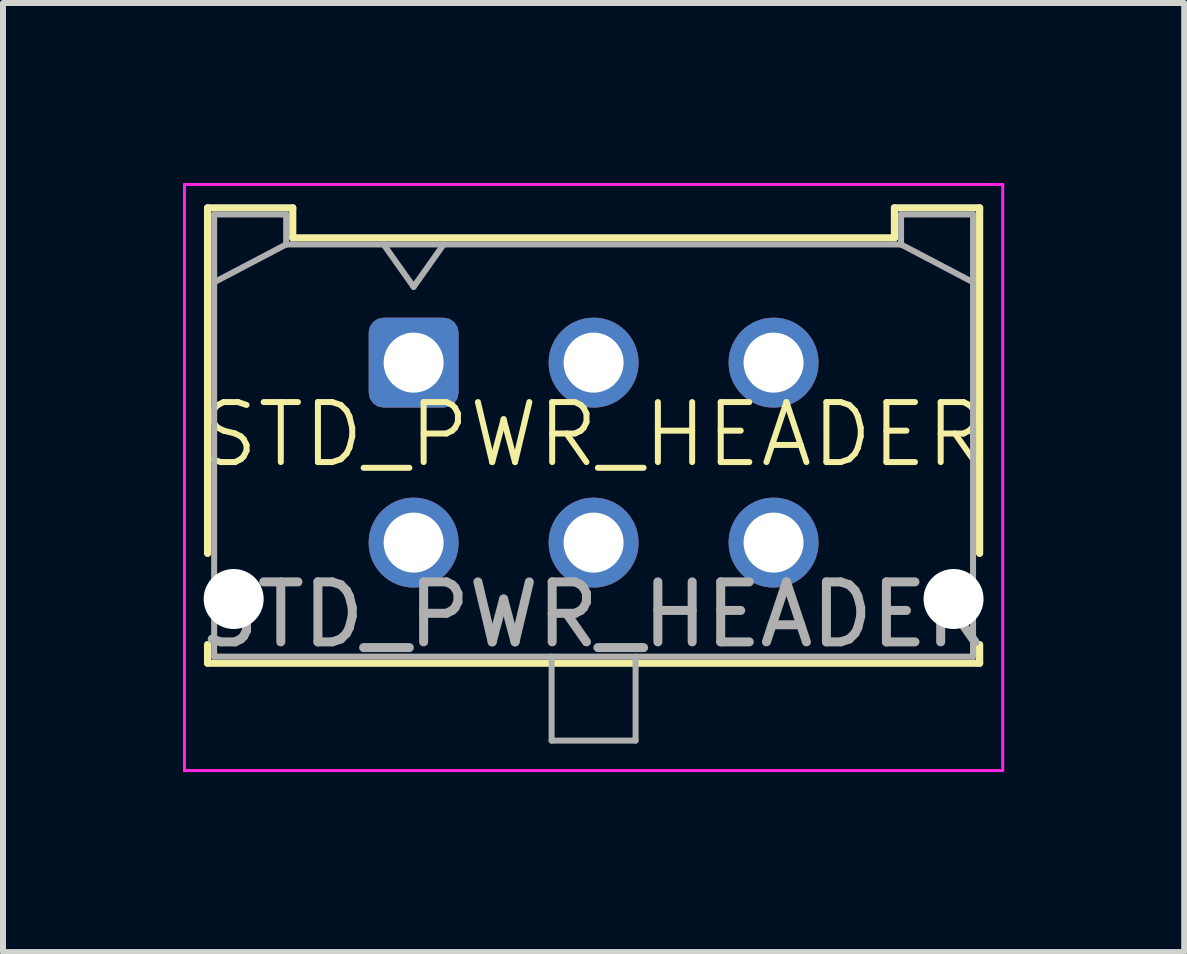
<source format=kicad_pcb>
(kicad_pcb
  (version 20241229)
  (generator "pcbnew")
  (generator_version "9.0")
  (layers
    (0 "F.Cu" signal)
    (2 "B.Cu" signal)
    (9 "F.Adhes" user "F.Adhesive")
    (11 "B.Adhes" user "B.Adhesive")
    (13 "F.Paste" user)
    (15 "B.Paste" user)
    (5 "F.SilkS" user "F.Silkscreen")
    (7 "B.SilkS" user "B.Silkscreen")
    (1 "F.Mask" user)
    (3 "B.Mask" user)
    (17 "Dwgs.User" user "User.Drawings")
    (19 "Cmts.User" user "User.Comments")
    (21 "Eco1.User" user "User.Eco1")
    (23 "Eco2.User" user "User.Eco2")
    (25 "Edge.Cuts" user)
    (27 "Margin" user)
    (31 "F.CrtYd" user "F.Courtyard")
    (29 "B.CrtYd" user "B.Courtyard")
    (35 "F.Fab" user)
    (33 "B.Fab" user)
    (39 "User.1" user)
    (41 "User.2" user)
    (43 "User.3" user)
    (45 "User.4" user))
  (footprint "STD_PWR_HEADER"
    (layer "F.Cu")
    (at 6.845 4.695)
    (property "Reference" "STD_PWR_HEADER" (at 0 -0.5 0) (unlocked yes) (layer "F.SilkS") (effects (font (size 1 1) (thickness 0.1))))
    (attr through_hole)
    (fp_line (start -6.435 -4.28) (end -5.015 -4.28) (stroke (width 0.12) (type solid)) (layer "F.SilkS"))
    (fp_line (start -6.435 1.48) (end -6.435 -4.28) (stroke (width 0.12) (type solid)) (layer "F.SilkS"))
    (fp_line (start -6.435 3) (end -6.435 3.31) (stroke (width 0.12) (type solid)) (layer "F.SilkS"))
    (fp_line (start -6.435 3.31) (end 6.435 3.31) (stroke (width 0.12) (type solid)) (layer "F.SilkS"))
    (fp_line (start -5.015 -4.28) (end -5.015 -3.78) (stroke (width 0.12) (type solid)) (layer "F.SilkS"))
    (fp_line (start -5.015 -3.78) (end 5.015 -3.78) (stroke (width 0.12) (type solid)) (layer "F.SilkS"))
    (fp_line (start 5.015 -4.28) (end 6.435 -4.28) (stroke (width 0.12) (type solid)) (layer "F.SilkS"))
    (fp_line (start 5.015 -3.78) (end 5.015 -4.28) (stroke (width 0.12) (type solid)) (layer "F.SilkS"))
    (fp_line (start 6.435 -4.28) (end 6.435 1.48) (stroke (width 0.12) (type solid)) (layer "F.SilkS"))
    (fp_line (start 6.435 3.31) (end 6.435 3) (stroke (width 0.12) (type solid)) (layer "F.SilkS"))
    (fp_line (start -6.82 -4.67) (end 6.82 -4.67) (stroke (width 0.05) (type solid)) (layer "F.CrtYd"))
    (fp_line (start -6.82 5.1) (end -6.82 -4.67) (stroke (width 0.05) (type solid)) (layer "F.CrtYd"))
    (fp_line (start 6.82 -4.67) (end 6.82 5.1) (stroke (width 0.05) (type solid)) (layer "F.CrtYd"))
    (fp_line (start 6.82 5.1) (end -6.82 5.1) (stroke (width 0.05) (type solid)) (layer "F.CrtYd"))
    (fp_line (start -6.325 -4.17) (end -6.325 3.2) (stroke (width 0.1) (type solid)) (layer "F.Fab"))
    (fp_line (start -6.325 -3.04) (end -5.125 -3.67) (stroke (width 0.1) (type solid)) (layer "F.Fab"))
    (fp_line (start -6.325 3.2) (end 6.325 3.2) (stroke (width 0.1) (type solid)) (layer "F.Fab"))
    (fp_line (start -5.125 -4.17) (end -6.325 -4.17) (stroke (width 0.1) (type solid)) (layer "F.Fab"))
    (fp_line (start -5.125 -3.67) (end -5.125 -4.17) (stroke (width 0.1) (type solid)) (layer "F.Fab"))
    (fp_line (start -3.5 -3.67) (end -3 -2.963) (stroke (width 0.1) (type solid)) (layer "F.Fab"))
    (fp_line (start -3 -2.963) (end -2.5 -3.67) (stroke (width 0.1) (type solid)) (layer "F.Fab"))
    (fp_line (start -0.7 3.2) (end -0.7 4.6) (stroke (width 0.1) (type solid)) (layer "F.Fab"))
    (fp_line (start -0.7 4.6) (end 0.7 4.6) (stroke (width 0.1) (type solid)) (layer "F.Fab"))
    (fp_line (start 0.7 4.6) (end 0.7 3.2) (stroke (width 0.1) (type solid)) (layer "F.Fab"))
    (fp_line (start 5.125 -4.17) (end 5.125 -3.67) (stroke (width 0.1) (type solid)) (layer "F.Fab"))
    (fp_line (start 5.125 -3.67) (end -5.125 -3.67) (stroke (width 0.1) (type solid)) (layer "F.Fab"))
    (fp_line (start 6.325 -4.17) (end 5.125 -4.17) (stroke (width 0.1) (type solid)) (layer "F.Fab"))
    (fp_line (start 6.325 -3.04) (end 5.125 -3.67) (stroke (width 0.1) (type solid)) (layer "F.Fab"))
    (fp_line (start 6.325 3.2) (end 6.325 -4.17) (stroke (width 0.1) (type solid)) (layer "F.Fab"))
    (fp_text user "${REFERENCE}" (at 0 2.5 0) (layer "F.Fab") (effects (font (size 1 1) (thickness 0.15))))
    (pad "" np_thru_hole circle (at -6 2.24) (size 1 1) (drill 1) (layers "*.Cu" "*.Mask"))
    (pad "" np_thru_hole circle (at 6 2.24) (size 1 1) (drill 1) (layers "*.Cu" "*.Mask"))
    (pad "1" thru_hole roundrect (at -3 -1.7) (size 1.5 1.5) (drill 1) (layers "*.Cu" "*.Mask") (roundrect_rratio 0.167))
    (pad "2" thru_hole circle (at 0 -1.7) (size 1.5 1.5) (drill 1) (layers "*.Cu" "*.Mask"))
    (pad "3" thru_hole circle (at 3 -1.7) (size 1.5 1.5) (drill 1) (layers "*.Cu" "*.Mask"))
    (pad "4" thru_hole circle (at -3 1.3) (size 1.5 1.5) (drill 1) (layers "*.Cu" "*.Mask"))
    (pad "5" thru_hole circle (at 0 1.3) (size 1.5 1.5) (drill 1) (layers "*.Cu" "*.Mask"))
    (pad "6" thru_hole circle (at 3 1.3) (size 1.5 1.5) (drill 1) (layers "*.Cu" "*.Mask")))
  (gr_rect
    (start -3 -3)
    (end 16.69 12.82)
    (stroke (width 0.1) (type default))
    (fill no)
    (layer "Edge.Cuts")))
</source>
